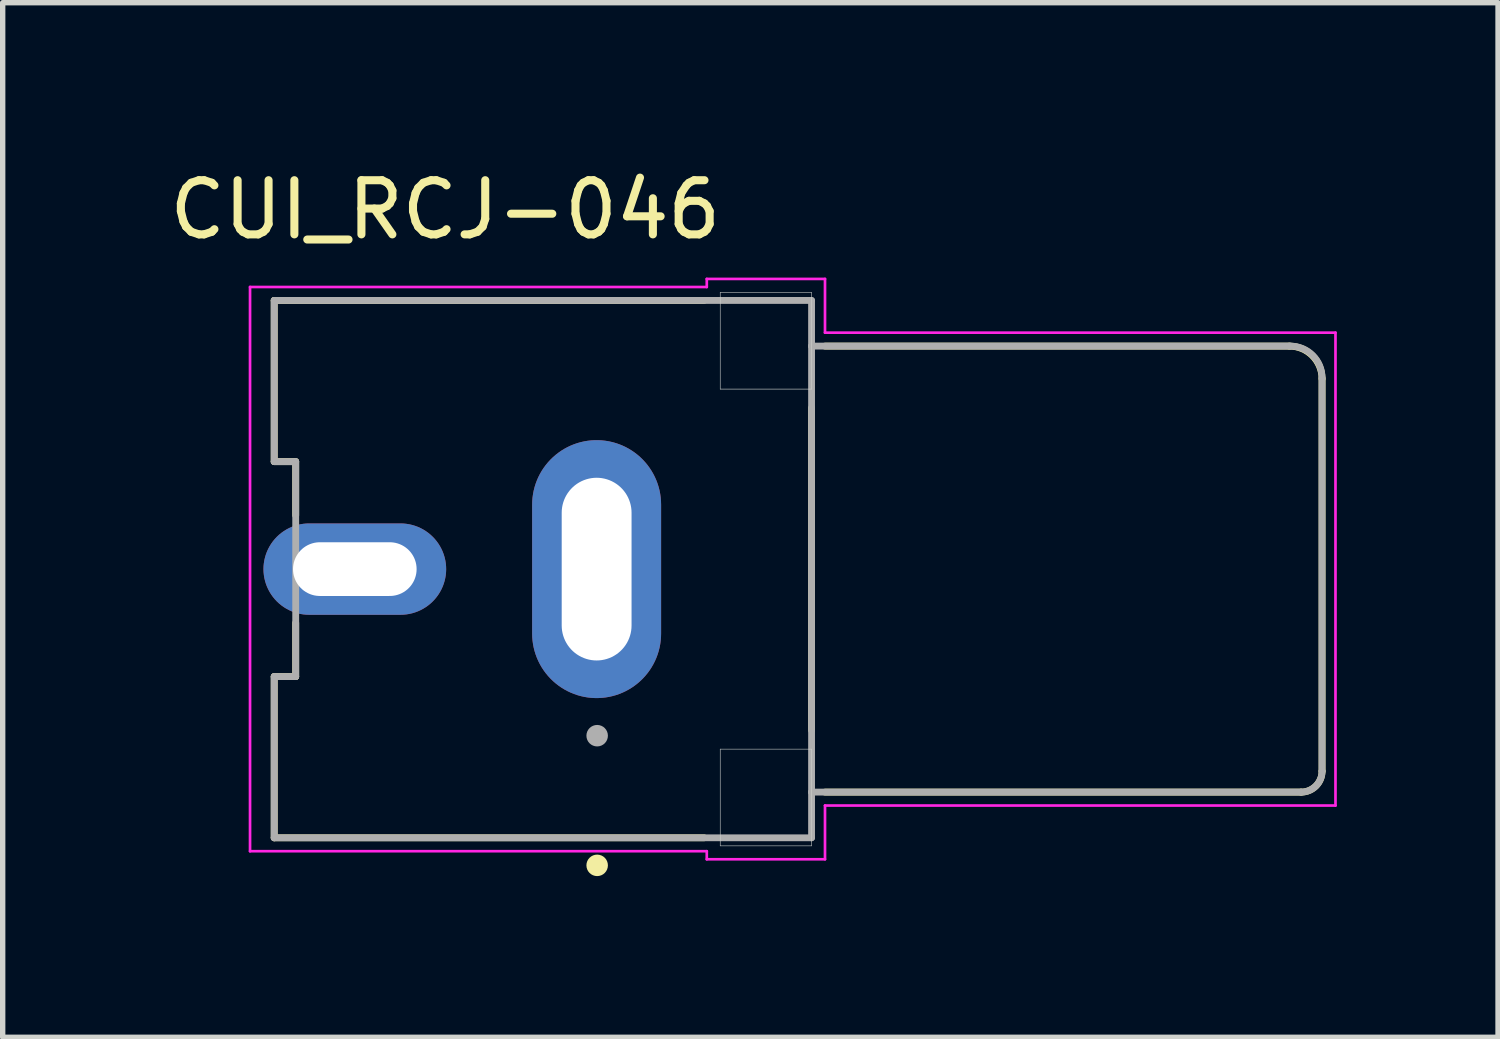
<source format=kicad_pcb>
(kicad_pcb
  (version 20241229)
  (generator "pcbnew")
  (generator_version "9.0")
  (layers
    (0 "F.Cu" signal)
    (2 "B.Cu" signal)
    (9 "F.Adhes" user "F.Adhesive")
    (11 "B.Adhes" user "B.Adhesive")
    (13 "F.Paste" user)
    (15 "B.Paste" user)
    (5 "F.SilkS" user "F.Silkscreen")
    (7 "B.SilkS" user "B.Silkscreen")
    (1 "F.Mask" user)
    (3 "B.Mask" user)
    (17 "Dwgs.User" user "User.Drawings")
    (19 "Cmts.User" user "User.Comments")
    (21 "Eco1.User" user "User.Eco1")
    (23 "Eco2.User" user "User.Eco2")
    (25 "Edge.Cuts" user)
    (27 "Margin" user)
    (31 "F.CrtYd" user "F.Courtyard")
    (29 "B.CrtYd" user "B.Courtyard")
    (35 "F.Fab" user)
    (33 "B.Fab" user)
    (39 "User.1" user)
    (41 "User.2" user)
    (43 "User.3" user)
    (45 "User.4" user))
  (footprint "CUI_RCJ-046"
    (layer "F.Cu")
    (at 12.053 7.541)
    (property "Reference" "CUI_RCJ-046" (at -6.817 -6.688 0) (layer "F.SilkS") (effects (font (size 1.008 1.008) (thickness 0.15))))
    (attr through_hole)
    (fp_line (start -10 -5) (end -2 -5) (stroke (width 0.127) (type solid)) (layer "F.SilkS"))
    (fp_line (start -10 -2) (end -10 -5) (stroke (width 0.127) (type solid)) (layer "F.SilkS"))
    (fp_line (start -10 2) (end -9.6 2) (stroke (width 0.127) (type solid)) (layer "F.SilkS"))
    (fp_line (start -10 5) (end -10 2) (stroke (width 0.127) (type solid)) (layer "F.SilkS"))
    (fp_line (start -10 5) (end -2 5) (stroke (width 0.127) (type solid)) (layer "F.SilkS"))
    (fp_line (start -9.6 -2) (end -10 -2) (stroke (width 0.127) (type solid)) (layer "F.SilkS"))
    (fp_line (start -9.6 -1) (end -9.6 -2) (stroke (width 0.127) (type solid)) (layer "F.SilkS"))
    (fp_line (start -9.6 2) (end -9.6 1) (stroke (width 0.127) (type solid)) (layer "F.SilkS"))
    (fp_line (start 0 3) (end 0 -3) (stroke (width 0.127) (type solid)) (layer "F.SilkS"))
    (fp_line (start 0.25 -4.15) (end 8.89 -4.15) (stroke (width 0.127) (type solid)) (layer "F.SilkS"))
    (fp_line (start 9.11 4.15) (end 0.25 4.15) (stroke (width 0.127) (type solid)) (layer "F.SilkS"))
    (fp_line (start 9.5 -3.54) (end 9.5 3.76) (stroke (width 0.127) (type solid)) (layer "F.SilkS"))
    (fp_arc (start 8.89 -4.15) (mid 9.321335 -3.971335) (end 9.5 -3.54) (stroke (width 0.127) (type solid)) (layer "F.SilkS"))
    (fp_arc (start 9.5 3.76) (mid 9.385772 4.035772) (end 9.11 4.15) (stroke (width 0.127) (type solid)) (layer "F.SilkS"))
    (fp_circle (center -3.99 5.513) (end -3.89 5.513) (stroke (width 0.2) (type solid)) (fill no) (layer "F.SilkS"))
    (fp_line (start -1.7 -5.15) (end -1.7 -3.35) (stroke (width 0.01) (type solid)) (layer "Edge.Cuts"))
    (fp_line (start -1.7 -3.35) (end 0 -3.35) (stroke (width 0.01) (type solid)) (layer "Edge.Cuts"))
    (fp_line (start -1.7 3.35) (end -1.7 5.15) (stroke (width 0.01) (type solid)) (layer "Edge.Cuts"))
    (fp_line (start -1.7 5.15) (end 0 5.15) (stroke (width 0.01) (type solid)) (layer "Edge.Cuts"))
    (fp_line (start 0 -5.15) (end -1.7 -5.15) (stroke (width 0.01) (type solid)) (layer "Edge.Cuts"))
    (fp_line (start 0 -3.35) (end 0 -5.15) (stroke (width 0.01) (type solid)) (layer "Edge.Cuts"))
    (fp_line (start 0 3.35) (end -1.7 3.35) (stroke (width 0.01) (type solid)) (layer "Edge.Cuts"))
    (fp_line (start 0 5.15) (end 0 3.35) (stroke (width 0.01) (type solid)) (layer "Edge.Cuts"))
    (fp_line (start -10.45 -5.25) (end -10.45 5.25) (stroke (width 0.05) (type solid)) (layer "F.CrtYd"))
    (fp_line (start -10.45 5.25) (end -1.95 5.25) (stroke (width 0.05) (type solid)) (layer "F.CrtYd"))
    (fp_line (start -1.95 -5.4) (end -1.95 -5.25) (stroke (width 0.05) (type solid)) (layer "F.CrtYd"))
    (fp_line (start -1.95 -5.25) (end -10.45 -5.25) (stroke (width 0.05) (type solid)) (layer "F.CrtYd"))
    (fp_line (start -1.95 5.25) (end -1.95 5.4) (stroke (width 0.05) (type solid)) (layer "F.CrtYd"))
    (fp_line (start -1.95 5.4) (end 0.25 5.4) (stroke (width 0.05) (type solid)) (layer "F.CrtYd"))
    (fp_line (start 0.25 -5.4) (end -1.95 -5.4) (stroke (width 0.05) (type solid)) (layer "F.CrtYd"))
    (fp_line (start 0.25 -4.4) (end 0.25 -5.4) (stroke (width 0.05) (type solid)) (layer "F.CrtYd"))
    (fp_line (start 0.25 4.4) (end 9.75 4.4) (stroke (width 0.05) (type solid)) (layer "F.CrtYd"))
    (fp_line (start 0.25 5.4) (end 0.25 4.4) (stroke (width 0.05) (type solid)) (layer "F.CrtYd"))
    (fp_line (start 9.75 -4.4) (end 0.25 -4.4) (stroke (width 0.05) (type solid)) (layer "F.CrtYd"))
    (fp_line (start 9.75 4.4) (end 9.75 -4.4) (stroke (width 0.05) (type solid)) (layer "F.CrtYd"))
    (fp_line (start -10 -5) (end 0 -5) (stroke (width 0.127) (type solid)) (layer "F.Fab"))
    (fp_line (start -10 -2) (end -10 -5) (stroke (width 0.127) (type solid)) (layer "F.Fab"))
    (fp_line (start -10 2) (end -9.6 2) (stroke (width 0.127) (type solid)) (layer "F.Fab"))
    (fp_line (start -10 5) (end -10 2) (stroke (width 0.127) (type solid)) (layer "F.Fab"))
    (fp_line (start -9.6 -2) (end -10 -2) (stroke (width 0.127) (type solid)) (layer "F.Fab"))
    (fp_line (start -9.6 2) (end -9.6 -2) (stroke (width 0.127) (type solid)) (layer "F.Fab"))
    (fp_line (start 0 -5) (end 0 -4.15) (stroke (width 0.127) (type solid)) (layer "F.Fab"))
    (fp_line (start 0 -4.15) (end 0 4.15) (stroke (width 0.127) (type solid)) (layer "F.Fab"))
    (fp_line (start 0 -4.15) (end 8.91 -4.15) (stroke (width 0.127) (type solid)) (layer "F.Fab"))
    (fp_line (start 0 4.15) (end 0 5) (stroke (width 0.127) (type solid)) (layer "F.Fab"))
    (fp_line (start 0 5) (end -10 5) (stroke (width 0.127) (type solid)) (layer "F.Fab"))
    (fp_line (start 9.11 4.15) (end 0 4.15) (stroke (width 0.127) (type solid)) (layer "F.Fab"))
    (fp_line (start 9.5 -3.56) (end 9.5 3.76) (stroke (width 0.127) (type solid)) (layer "F.Fab"))
    (fp_arc (start 8.91 -4.15) (mid 9.327193 -3.977193) (end 9.5 -3.56) (stroke (width 0.127) (type solid)) (layer "F.Fab"))
    (fp_arc (start 9.5 3.76) (mid 9.385772 4.035772) (end 9.11 4.15) (stroke (width 0.127) (type solid)) (layer "F.Fab"))
    (fp_circle (center -3.99 3.1) (end -3.89 3.1) (stroke (width 0.2) (type solid)) (fill no) (layer "F.Fab"))
    (pad "1" thru_hole oval (at -4 0) (size 2.4 4.8) (drill oval 1.3 3.4) (layers "*.Cu" "*.Mask"))
    (pad "2" thru_hole oval (at -8.5 0) (size 3.4 1.7) (drill oval 2.3 1) (layers "*.Cu" "*.Mask")))
  (gr_rect
    (start -3 -3)
    (end 24.828 16.254)
    (stroke (width 0.1) (type default))
    (fill no)
    (layer "Edge.Cuts")))
</source>
